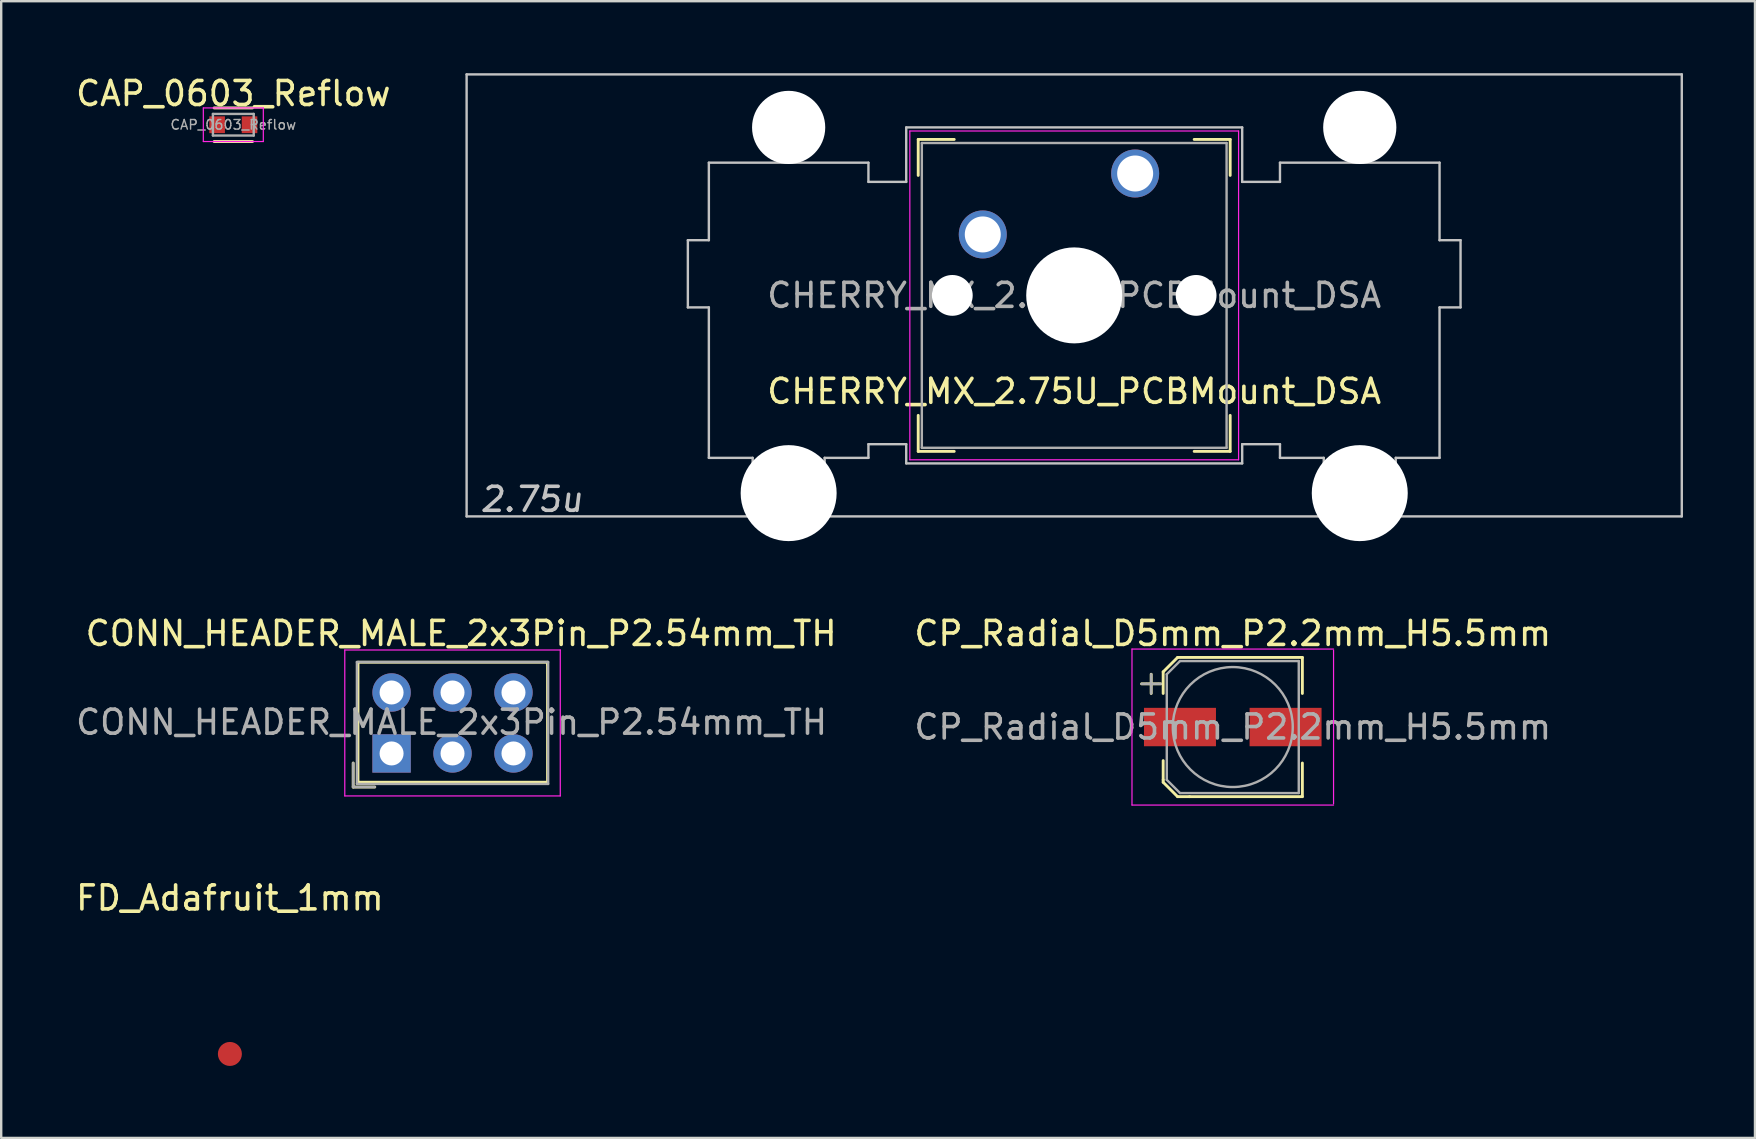
<source format=kicad_pcb>
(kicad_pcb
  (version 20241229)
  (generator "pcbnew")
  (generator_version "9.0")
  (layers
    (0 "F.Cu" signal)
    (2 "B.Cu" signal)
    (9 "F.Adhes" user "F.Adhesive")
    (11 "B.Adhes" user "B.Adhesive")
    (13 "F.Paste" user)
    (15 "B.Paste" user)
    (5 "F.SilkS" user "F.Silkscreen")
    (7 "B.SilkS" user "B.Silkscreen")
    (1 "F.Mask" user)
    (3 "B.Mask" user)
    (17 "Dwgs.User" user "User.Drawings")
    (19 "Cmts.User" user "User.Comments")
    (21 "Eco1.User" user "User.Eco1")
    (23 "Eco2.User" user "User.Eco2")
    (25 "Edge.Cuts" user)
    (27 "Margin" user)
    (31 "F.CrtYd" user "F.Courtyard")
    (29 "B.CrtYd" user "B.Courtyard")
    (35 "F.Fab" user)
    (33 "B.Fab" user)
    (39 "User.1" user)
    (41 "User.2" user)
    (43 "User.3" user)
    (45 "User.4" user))
  (footprint "CHERRY_MX_2.75U_PCBMount_DSA"
    (layer "F.Cu")
    (at 41.715 9.26)
    (property "Reference" "CHERRY_MX_2.75U_PCBMount_DSA" (at 0 4 0) (layer "F.SilkS") (effects (font (size 1 1) (thickness 0.15))))
    (attr through_hole)
    (fp_line (start -6.5 -6.5) (end -6.5 -5) (stroke (width 0.12) (type solid)) (layer "F.SilkS"))
    (fp_line (start -6.5 6.5) (end -6.5 5) (stroke (width 0.12) (type solid)) (layer "F.SilkS"))
    (fp_line (start -5 -6.5) (end -6.5 -6.5) (stroke (width 0.12) (type solid)) (layer "F.SilkS"))
    (fp_line (start -5 6.5) (end -6.5 6.5) (stroke (width 0.12) (type solid)) (layer "F.SilkS"))
    (fp_line (start 6.5 -6.5) (end 5 -6.5) (stroke (width 0.12) (type solid)) (layer "F.SilkS"))
    (fp_line (start 6.5 -6.5) (end 6.5 -5) (stroke (width 0.12) (type solid)) (layer "F.SilkS"))
    (fp_line (start 6.5 5) (end 6.5 6.5) (stroke (width 0.12) (type solid)) (layer "F.SilkS"))
    (fp_line (start 6.5 6.5) (end 5 6.5) (stroke (width 0.12) (type solid)) (layer "F.SilkS"))
    (fp_line (start -25.32 -9.21) (end -25.32 9.21) (stroke (width 0.1) (type solid)) (layer "Dwgs.User"))
    (fp_line (start -25.32 -9.21) (end 25.32 -9.21) (stroke (width 0.1) (type solid)) (layer "Dwgs.User"))
    (fp_line (start -25.32 9.21) (end 25.32 9.21) (stroke (width 0.1) (type solid)) (layer "Dwgs.User"))
    (fp_line (start -16.1 -2.3) (end -16.1 0.5) (stroke (width 0.1) (type solid)) (layer "Dwgs.User"))
    (fp_line (start -16.1 -2.3) (end -15.225 -2.3) (stroke (width 0.1) (type solid)) (layer "Dwgs.User"))
    (fp_line (start -16.1 0.5) (end -15.225 0.5) (stroke (width 0.1) (type solid)) (layer "Dwgs.User"))
    (fp_line (start -15.225 -5.53) (end -8.575 -5.53) (stroke (width 0.1) (type solid)) (layer "Dwgs.User"))
    (fp_line (start -15.225 -2.3) (end -15.225 -5.53) (stroke (width 0.1) (type solid)) (layer "Dwgs.User"))
    (fp_line (start -15.225 0.5) (end -15.225 6.77) (stroke (width 0.1) (type solid)) (layer "Dwgs.User"))
    (fp_line (start -15.225 6.77) (end -13.4 6.77) (stroke (width 0.1) (type solid)) (layer "Dwgs.User"))
    (fp_line (start -13.4 7.97) (end -13.4 6.77) (stroke (width 0.1) (type solid)) (layer "Dwgs.User"))
    (fp_line (start -13.4 7.97) (end -10.4 7.97) (stroke (width 0.1) (type solid)) (layer "Dwgs.User"))
    (fp_line (start -10.4 6.77) (end -8.575 6.77) (stroke (width 0.1) (type solid)) (layer "Dwgs.User"))
    (fp_line (start -10.4 7.97) (end -10.4 6.77) (stroke (width 0.1) (type solid)) (layer "Dwgs.User"))
    (fp_line (start -8.575 -5.53) (end -8.575 -4.73) (stroke (width 0.1) (type solid)) (layer "Dwgs.User"))
    (fp_line (start -8.575 -4.73) (end -7 -4.73) (stroke (width 0.1) (type solid)) (layer "Dwgs.User"))
    (fp_line (start -8.575 6.2) (end -8.575 6.77) (stroke (width 0.1) (type solid)) (layer "Dwgs.User"))
    (fp_line (start -7 -7) (end -7 -4.73) (stroke (width 0.1) (type solid)) (layer "Dwgs.User"))
    (fp_line (start -7 -7) (end 7 -7) (stroke (width 0.1) (type solid)) (layer "Dwgs.User"))
    (fp_line (start -7 6.2) (end -8.575 6.2) (stroke (width 0.1) (type solid)) (layer "Dwgs.User"))
    (fp_line (start -7 7) (end -7 6.2) (stroke (width 0.1) (type solid)) (layer "Dwgs.User"))
    (fp_line (start -7 7) (end 7 7) (stroke (width 0.1) (type solid)) (layer "Dwgs.User"))
    (fp_line (start 7 -7) (end 7 -4.73) (stroke (width 0.1) (type solid)) (layer "Dwgs.User"))
    (fp_line (start 7 6.2) (end 8.575 6.2) (stroke (width 0.1) (type solid)) (layer "Dwgs.User"))
    (fp_line (start 7 7) (end 7 6.2) (stroke (width 0.1) (type solid)) (layer "Dwgs.User"))
    (fp_line (start 8.575 -5.53) (end 8.575 -4.73) (stroke (width 0.1) (type solid)) (layer "Dwgs.User"))
    (fp_line (start 8.575 -4.73) (end 7 -4.73) (stroke (width 0.1) (type solid)) (layer "Dwgs.User"))
    (fp_line (start 8.575 6.2) (end 8.575 6.77) (stroke (width 0.1) (type solid)) (layer "Dwgs.User"))
    (fp_line (start 10.4 6.77) (end 8.575 6.77) (stroke (width 0.1) (type solid)) (layer "Dwgs.User"))
    (fp_line (start 10.4 7.97) (end 10.4 6.77) (stroke (width 0.1) (type solid)) (layer "Dwgs.User"))
    (fp_line (start 13.4 7.97) (end 10.4 7.97) (stroke (width 0.1) (type solid)) (layer "Dwgs.User"))
    (fp_line (start 13.4 7.97) (end 13.4 6.77) (stroke (width 0.1) (type solid)) (layer "Dwgs.User"))
    (fp_line (start 15.225 -5.53) (end 8.575 -5.53) (stroke (width 0.1) (type solid)) (layer "Dwgs.User"))
    (fp_line (start 15.225 -2.3) (end 15.225 -5.53) (stroke (width 0.1) (type solid)) (layer "Dwgs.User"))
    (fp_line (start 15.225 0.5) (end 15.225 6.77) (stroke (width 0.1) (type solid)) (layer "Dwgs.User"))
    (fp_line (start 15.225 6.77) (end 13.4 6.77) (stroke (width 0.1) (type solid)) (layer "Dwgs.User"))
    (fp_line (start 16.1 -2.3) (end 15.225 -2.3) (stroke (width 0.1) (type solid)) (layer "Dwgs.User"))
    (fp_line (start 16.1 0.5) (end 15.225 0.5) (stroke (width 0.1) (type solid)) (layer "Dwgs.User"))
    (fp_line (start 16.1 0.5) (end 16.1 -2.3) (stroke (width 0.1) (type solid)) (layer "Dwgs.User"))
    (fp_line (start 25.32 9.21) (end 25.32 -9.21) (stroke (width 0.1) (type solid)) (layer "Dwgs.User"))
    (fp_line (start -6.85 -6.85) (end -6.85 6.85) (stroke (width 0.05) (type solid)) (layer "F.CrtYd"))
    (fp_line (start -6.85 -6.85) (end 6.85 -6.85) (stroke (width 0.05) (type solid)) (layer "F.CrtYd"))
    (fp_line (start -6.85 6.85) (end 6.85 6.85) (stroke (width 0.05) (type solid)) (layer "F.CrtYd"))
    (fp_line (start 6.85 6.85) (end 6.85 -6.85) (stroke (width 0.05) (type solid)) (layer "F.CrtYd"))
    (fp_line (start -6.35 -6.35) (end -6.35 6.35) (stroke (width 0.1) (type solid)) (layer "F.Fab"))
    (fp_line (start -6.35 -6.35) (end 6.35 -6.35) (stroke (width 0.1) (type solid)) (layer "F.Fab"))
    (fp_line (start -6.35 6.35) (end 6.35 6.35) (stroke (width 0.1) (type solid)) (layer "F.Fab"))
    (fp_line (start 6.35 -6.35) (end 6.35 6.35) (stroke (width 0.1) (type solid)) (layer "F.Fab"))
    (fp_text user "2.75u" (at -22.6 8.5 0) (layer "Dwgs.User") (effects (font (size 1 1) (thickness 0.15) (italic yes))))
    (fp_text user "${REFERENCE}" (at 0 0 0) (layer "F.Fab") (effects (font (size 1 1) (thickness 0.15))))
    (pad "" np_thru_hole circle (at -11.9 -7) (size 3.05 3.05) (drill 3.05) (layers "*.Cu" "*.Mask"))
    (pad "" np_thru_hole circle (at -11.9 8.24) (size 4 4) (drill 4) (layers "*.Cu" "*.Mask"))
    (pad "" np_thru_hole circle (at -5.08 0) (size 1.7 1.7) (drill 1.7) (layers "*.Cu" "*.Mask"))
    (pad "" np_thru_hole circle (at 0 0) (size 4 4) (drill 4) (layers "*.Cu" "*.Mask"))
    (pad "" np_thru_hole circle (at 5.08 0) (size 1.7 1.7) (drill 1.7) (layers "*.Cu" "*.Mask"))
    (pad "" np_thru_hole circle (at 11.9 -7) (size 3.05 3.05) (drill 3.05) (layers "*.Cu" "*.Mask"))
    (pad "" np_thru_hole circle (at 11.9 8.24) (size 4 4) (drill 4) (layers "*.Cu" "*.Mask"))
    (pad "1" thru_hole circle (at -3.81 -2.54) (size 2 2) (drill 1.5) (layers "*.Cu" "*.Mask"))
    (pad "2" thru_hole circle (at 2.54 -5.08) (size 2 2) (drill 1.5) (layers "*.Cu" "*.Mask")))
  (footprint "CAP_0603_Reflow"
    (layer "F.Cu")
    (at 6.673 2.148)
    (property "Reference" "CAP_0603_Reflow" (at 0 -1.3 0) (layer "F.SilkS") (effects (font (size 1 1) (thickness 0.15))))
    (attr smd)
    (fp_line (start -0.8 -0.7) (end 0.8 -0.7) (stroke (width 0.12) (type solid)) (layer "F.SilkS"))
    (fp_line (start 0.8 0.7) (end -0.8 0.7) (stroke (width 0.12) (type solid)) (layer "F.SilkS"))
    (fp_line (start -1.25 -0.7) (end -1.25 0.7) (stroke (width 0.05) (type solid)) (layer "F.CrtYd"))
    (fp_line (start -1.25 -0.7) (end 1.25 -0.7) (stroke (width 0.05) (type solid)) (layer "F.CrtYd"))
    (fp_line (start -1.25 0.7) (end 1.25 0.7) (stroke (width 0.05) (type solid)) (layer "F.CrtYd"))
    (fp_line (start 1.25 0.7) (end 1.25 -0.7) (stroke (width 0.05) (type solid)) (layer "F.CrtYd"))
    (fp_line (start -0.85 -0.45) (end -0.85 0.45) (stroke (width 0.1) (type solid)) (layer "F.Fab"))
    (fp_line (start -0.85 -0.45) (end 0.85 -0.45) (stroke (width 0.1) (type solid)) (layer "F.Fab"))
    (fp_line (start -0.85 0.45) (end 0.85 0.45) (stroke (width 0.1) (type solid)) (layer "F.Fab"))
    (fp_line (start 0.85 0.45) (end 0.85 -0.45) (stroke (width 0.1) (type solid)) (layer "F.Fab"))
    (fp_text user "${REFERENCE}" (at 0 0 0) (layer "F.Fab") (effects (font (size 0.4 0.4) (thickness 0.06))))
    (pad "1" smd rect (at -0.675 0) (size 0.65 0.7) (layers "F.Cu" "F.Mask" "F.Paste"))
    (pad "2" smd rect (at 0.675 0) (size 0.65 0.7) (layers "F.Cu" "F.Mask" "F.Paste")))
  (footprint "CP_Radial_D5mm_P2.2mm_H5.5mm"
    (layer "F.Cu")
    (at 48.323 27.248)
    (property "Reference" "CP_Radial_D5mm_P2.2mm_H5.5mm" (at 0 -3.9 0) (layer "F.SilkS") (effects (font (size 1 1) (thickness 0.15))))
    (attr through_hole)
    (fp_line (start -3.8 -1.8) (end -3 -1.8) (stroke (width 0.12) (type solid)) (layer "F.SilkS"))
    (fp_line (start -3.4 -2.2) (end -3.4 -1.4) (stroke (width 0.12) (type solid)) (layer "F.SilkS"))
    (fp_line (start -2.9 -2.3) (end -2.9 -1.4) (stroke (width 0.12) (type solid)) (layer "F.SilkS"))
    (fp_line (start -2.9 1.4) (end -2.9 2.2) (stroke (width 0.12) (type solid)) (layer "F.SilkS"))
    (fp_line (start -2.9 2.2) (end -2.9 2.3) (stroke (width 0.12) (type solid)) (layer "F.SilkS"))
    (fp_line (start -2.9 2.3) (end -2.3 2.9) (stroke (width 0.12) (type solid)) (layer "F.SilkS"))
    (fp_line (start -2.3 -2.9) (end -2.9 -2.3) (stroke (width 0.12) (type solid)) (layer "F.SilkS"))
    (fp_line (start -2.3 -2.9) (end 2.9 -2.9) (stroke (width 0.12) (type solid)) (layer "F.SilkS"))
    (fp_line (start -2.3 2.9) (end -1.8 2.9) (stroke (width 0.12) (type solid)) (layer "F.SilkS"))
    (fp_line (start -1.8 2.9) (end 2.9 2.9) (stroke (width 0.12) (type solid)) (layer "F.SilkS"))
    (fp_line (start 2.9 -2.9) (end 2.9 -1.4) (stroke (width 0.12) (type solid)) (layer "F.SilkS"))
    (fp_line (start 2.9 2.9) (end 2.9 1.5) (stroke (width 0.12) (type solid)) (layer "F.SilkS"))
    (fp_line (start -4.2 -3.25) (end -4.2 3.25) (stroke (width 0.05) (type solid)) (layer "F.CrtYd"))
    (fp_line (start -4.2 -3.25) (end 4.2 -3.25) (stroke (width 0.05) (type solid)) (layer "F.CrtYd"))
    (fp_line (start -4.2 3.25) (end 4.2 3.25) (stroke (width 0.05) (type solid)) (layer "F.CrtYd"))
    (fp_line (start 4.2 -3.2) (end 4.2 3.2) (stroke (width 0.05) (type solid)) (layer "F.CrtYd"))
    (fp_line (start -3.8 -1.8) (end -3.6 -1.8) (stroke (width 0.1) (type solid)) (layer "F.Fab"))
    (fp_line (start -3.6 -1.8) (end -3.1 -1.8) (stroke (width 0.1) (type solid)) (layer "F.Fab"))
    (fp_line (start -3.4 -2.2) (end -3.4 -1.4) (stroke (width 0.1) (type solid)) (layer "F.Fab"))
    (fp_line (start -3.1 -1.8) (end -3 -1.8) (stroke (width 0.1) (type solid)) (layer "F.Fab"))
    (fp_line (start -2.75 -2.2) (end -2.2 -2.75) (stroke (width 0.1) (type solid)) (layer "F.Fab"))
    (fp_line (start -2.75 2.2) (end -2.75 -2.2) (stroke (width 0.1) (type solid)) (layer "F.Fab"))
    (fp_line (start -2.2 -2.75) (end 2.75 -2.75) (stroke (width 0.1) (type solid)) (layer "F.Fab"))
    (fp_line (start -2.2 2.75) (end -2.75 2.2) (stroke (width 0.1) (type solid)) (layer "F.Fab"))
    (fp_line (start 2.75 -2.75) (end 2.75 2.75) (stroke (width 0.1) (type solid)) (layer "F.Fab"))
    (fp_line (start 2.75 2.75) (end -2.2 2.75) (stroke (width 0.1) (type solid)) (layer "F.Fab"))
    (fp_circle (center 0 0) (end 2.5 0) (stroke (width 0.1) (type solid)) (fill no) (layer "F.Fab"))
    (fp_text user "${REFERENCE}" (at 0 0 0) (layer "F.Fab") (effects (font (size 1 1) (thickness 0.15))))
    (pad "1" smd rect (at -2.2 0) (size 3 1.6) (layers "F.Cu" "F.Mask" "F.Paste"))
    (pad "2" smd rect (at 2.2 0) (size 3 1.6) (layers "F.Cu" "F.Mask" "F.Paste")))
  (footprint "CONN_HEADER_MALE_2x3Pin_P2.54mm_TH"
    (layer "F.Cu")
    (at 13.268 28.348)
    (property "Reference" "CONN_HEADER_MALE_2x3Pin_P2.54mm_TH" (at 2.9 -5 0) (layer "F.SilkS") (effects (font (size 1 1) (thickness 0.15))))
    (attr through_hole)
    (fp_line (start -1.6 0.4) (end -1.6 1.4) (stroke (width 0.12) (type solid)) (layer "F.SilkS"))
    (fp_line (start -1.6 1.4) (end -0.7 1.4) (stroke (width 0.12) (type solid)) (layer "F.SilkS"))
    (fp_line (start -1.4 -3.8) (end -1.4 1.2) (stroke (width 0.12) (type solid)) (layer "F.SilkS"))
    (fp_line (start -1.4 1.2) (end 6.5 1.2) (stroke (width 0.12) (type solid)) (layer "F.SilkS"))
    (fp_line (start 6.5 -3.8) (end -1.4 -3.8) (stroke (width 0.12) (type solid)) (layer "F.SilkS"))
    (fp_line (start 6.5 -3.7) (end 6.5 -3.8) (stroke (width 0.12) (type solid)) (layer "F.SilkS"))
    (fp_line (start 6.5 1.2) (end 6.5 -3.7) (stroke (width 0.12) (type solid)) (layer "F.SilkS"))
    (fp_line (start -1.95 -4.31) (end -1.95 1.77) (stroke (width 0.05) (type solid)) (layer "F.CrtYd"))
    (fp_line (start -1.95 -4.31) (end 7.03 -4.31) (stroke (width 0.05) (type solid)) (layer "F.CrtYd"))
    (fp_line (start 7.03 -4.31) (end 7.03 1.77) (stroke (width 0.05) (type solid)) (layer "F.CrtYd"))
    (fp_line (start 7.03 1.77) (end -1.95 1.77) (stroke (width 0.05) (type solid)) (layer "F.CrtYd"))
    (fp_line (start -1.6 1.4) (end -1.6 0.4) (stroke (width 0.1) (type solid)) (layer "F.Fab"))
    (fp_line (start -1.445 -3.81) (end -1.445 1.27) (stroke (width 0.1) (type solid)) (layer "F.Fab"))
    (fp_line (start -1.445 -3.81) (end 6.525 -3.81) (stroke (width 0.1) (type solid)) (layer "F.Fab"))
    (fp_line (start -1.445 1.27) (end 6.525 1.27) (stroke (width 0.1) (type solid)) (layer "F.Fab"))
    (fp_line (start -0.7 1.4) (end -1.6 1.4) (stroke (width 0.1) (type solid)) (layer "F.Fab"))
    (fp_line (start 6.525 -3.81) (end 6.525 1.27) (stroke (width 0.1) (type solid)) (layer "F.Fab"))
    (fp_text user "${REFERENCE}" (at 2.5 -1.3 0) (layer "F.Fab") (effects (font (size 1 1) (thickness 0.15))))
    (pad "1" thru_hole rect (at 0 0) (size 1.6 1.6) (drill 1) (layers "*.Cu" "*.Mask"))
    (pad "2" thru_hole circle (at 0 -2.54) (size 1.6 1.6) (drill 1) (layers "*.Cu" "*.Mask"))
    (pad "3" thru_hole circle (at 2.54 0) (size 1.6 1.6) (drill 1) (layers "*.Cu" "*.Mask"))
    (pad "4" thru_hole circle (at 2.54 -2.54) (size 1.6 1.6) (drill 1) (layers "*.Cu" "*.Mask"))
    (pad "5" thru_hole circle (at 5.08 0) (size 1.6 1.6) (drill 1) (layers "*.Cu" "*.Mask"))
    (pad "6" thru_hole circle (at 5.08 -2.54) (size 1.6 1.6) (drill 1) (layers "*.Cu" "*.Mask")))
  (footprint "FD_Adafruit_1mm"
    (layer "F.Cu")
    (at 6.53 40.871)
    (property "Reference" "FD_Adafruit_1mm" (at 0 -6.5 0) (layer "F.SilkS") (effects (font (size 1 1) (thickness 0.15))))
    (attr smd)
    (pad "1" smd circle (at 0 0) (size 1 1) (layers "F.Cu" "F.Mask")))
  (gr_rect
    (start -3 -3)
    (end 70.085 44.371)
    (stroke (width 0.1) (type default))
    (fill no)
    (layer "Edge.Cuts")))
</source>
